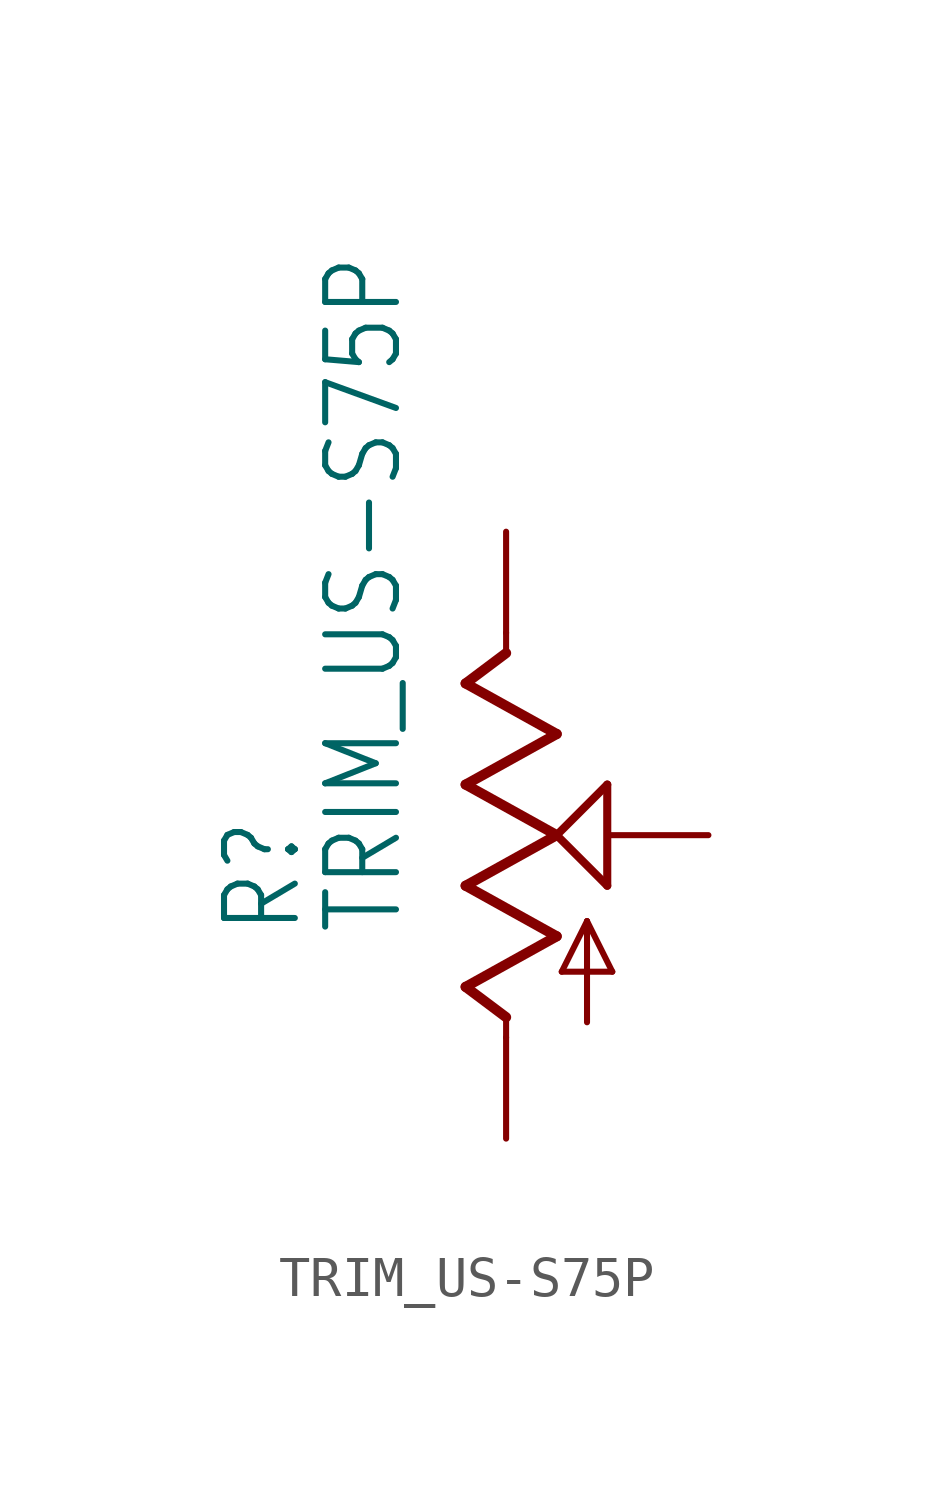
<source format=kicad_sym>
(kicad_symbol_lib
  (version 20211014)
  (generator kicad_symbol_editor)
  (symbol "TRIM_US-S75P"
    (property "Reference" "R"
      (at -5.08 -2.54 90)
      (effects (font (size 1.778 1.511)) (justify left bottom)))
    (property "Value" "TRIM_US-S75P"
      (at -2.54 -2.54 90)
      (effects (font (size 1.778 1.511)) (justify left bottom)))
    (property "ki_locked" ""
      (at 0 0 0)
      (effects (font (size 1.27 1.27))))
    (symbol "TRIM_US-S75P_1_0"
      (polyline (pts (xy -1.016 -3.81) (xy 1.27 -2.54)) (stroke (width 0.254) (type default) (color 0 0 0 0)) (fill (type none)))
      (polyline (pts (xy -1.016 -1.27) (xy 1.27 0)) (stroke (width 0.254) (type default) (color 0 0 0 0)) (fill (type none)))
      (polyline (pts (xy -1.016 1.27) (xy 1.27 2.54)) (stroke (width 0.254) (type default) (color 0 0 0 0)) (fill (type none)))
      (polyline (pts (xy -1.016 3.81) (xy 0 4.572)) (stroke (width 0.254) (type default) (color 0 0 0 0)) (fill (type none)))
      (polyline (pts (xy 0 -5.08) (xy 0 -4.572)) (stroke (width 0.152) (type default) (color 0 0 0 0)) (fill (type none)))
      (polyline (pts (xy 0 -4.572) (xy -1.016 -3.81)) (stroke (width 0.254) (type default) (color 0 0 0 0)) (fill (type none)))
      (polyline (pts (xy 0 4.572) (xy 0 5.08)) (stroke (width 0.152) (type default) (color 0 0 0 0)) (fill (type none)))
      (polyline (pts (xy 1.27 -2.54) (xy -1.016 -1.27)) (stroke (width 0.254) (type default) (color 0 0 0 0)) (fill (type none)))
      (polyline (pts (xy 1.27 0) (xy -1.016 1.27)) (stroke (width 0.254) (type default) (color 0 0 0 0)) (fill (type none)))
      (polyline (pts (xy 1.27 0) (xy 2.54 1.27)) (stroke (width 0.203) (type default) (color 0 0 0 0)) (fill (type none)))
      (polyline (pts (xy 1.27 2.54) (xy -1.016 3.81)) (stroke (width 0.254) (type default) (color 0 0 0 0)) (fill (type none)))
      (polyline (pts (xy 1.397 -3.429) (xy 2.032 -2.159)) (stroke (width 0.152) (type default) (color 0 0 0 0)) (fill (type none)))
      (polyline (pts (xy 2.032 -4.699) (xy 2.032 -2.159)) (stroke (width 0.152) (type default) (color 0 0 0 0)) (fill (type none)))
      (polyline (pts (xy 2.032 -2.159) (xy 2.667 -3.429)) (stroke (width 0.152) (type default) (color 0 0 0 0)) (fill (type none)))
      (polyline (pts (xy 2.54 -1.27) (xy 1.27 0)) (stroke (width 0.203) (type default) (color 0 0 0 0)) (fill (type none)))
      (polyline (pts (xy 2.54 1.27) (xy 2.54 -1.27)) (stroke (width 0.203) (type default) (color 0 0 0 0)) (fill (type none)))
      (polyline (pts (xy 2.667 -3.429) (xy 1.397 -3.429)) (stroke (width 0.152) (type default) (color 0 0 0 0)) (fill (type none)))
      (pin passive line (at 0 -7.62 90) (length 2.54) (name "A" (effects (font (size 0 0)))) (number "A" (effects (font (size 0 0)))))
      (pin passive line (at 0 7.62 270) (length 2.54) (name "E" (effects (font (size 0 0)))) (number "E" (effects (font (size 0 0)))))
      (pin passive line (at 5.08 0 180) (length 2.54) (name "S" (effects (font (size 0 0)))) (number "S" (effects (font (size 0 0))))))))
</source>
